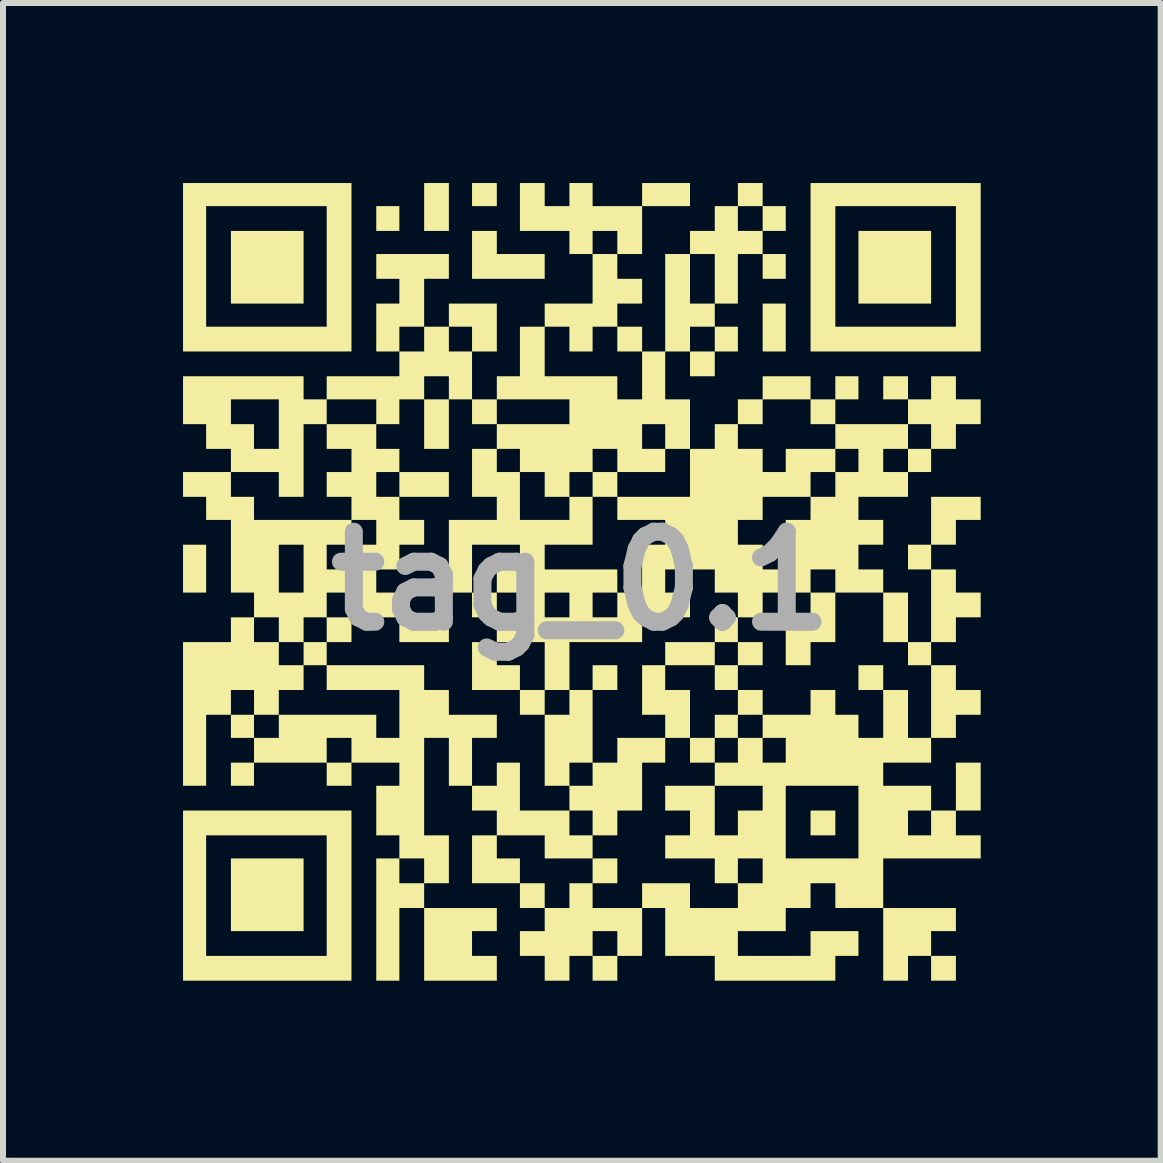
<source format=kicad_pcb>
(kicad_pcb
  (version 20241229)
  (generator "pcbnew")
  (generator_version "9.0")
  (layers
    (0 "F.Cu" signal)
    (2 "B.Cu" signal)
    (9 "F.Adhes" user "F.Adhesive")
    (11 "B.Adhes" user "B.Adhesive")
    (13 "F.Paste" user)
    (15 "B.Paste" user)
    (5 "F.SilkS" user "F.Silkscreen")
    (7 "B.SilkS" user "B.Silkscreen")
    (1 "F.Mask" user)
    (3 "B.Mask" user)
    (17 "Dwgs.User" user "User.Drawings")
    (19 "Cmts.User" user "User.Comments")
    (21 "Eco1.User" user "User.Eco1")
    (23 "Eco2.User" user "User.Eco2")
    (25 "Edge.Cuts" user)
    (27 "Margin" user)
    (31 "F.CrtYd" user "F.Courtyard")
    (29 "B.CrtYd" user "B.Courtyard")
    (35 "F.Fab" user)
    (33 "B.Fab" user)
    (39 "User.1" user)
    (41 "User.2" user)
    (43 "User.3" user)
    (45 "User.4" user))
  (footprint "tag_0.1"
    (layer "F.Cu")
    (at 6.632 6.632)
    (property "Reference" "tag_0.1" (at 0 0 0) (layer "F.Fab") (effects (font (size 1.5 1.5) (thickness 0.3))))
    (attr board_only exclude_from_pos_files exclude_from_bom)
    (fp_poly (pts (xy -6.247 -0.206) (xy -6.247 0.193) (xy -6.439 0.193) (xy -6.632 0.193) (xy -6.632 -0.206) (xy -6.632 -0.605) (xy -6.439 -0.605) (xy -6.247 -0.605)) (stroke (width 0) (type solid)) (fill yes) (layer "F.SilkS"))
    (fp_poly (pts (xy -4.623 -5.229) (xy -4.623 -4.623) (xy -5.229 -4.623) (xy -5.834 -4.623) (xy -5.834 -5.229) (xy -5.834 -5.834) (xy -5.229 -5.834) (xy -4.623 -5.834)) (stroke (width 0) (type solid)) (fill yes) (layer "F.SilkS"))
    (fp_poly (pts (xy -4.623 5.229) (xy -4.623 5.834) (xy -5.229 5.834) (xy -5.834 5.834) (xy -5.834 5.229) (xy -5.834 4.623) (xy -5.229 4.623) (xy -4.623 4.623)) (stroke (width 0) (type solid)) (fill yes) (layer "F.SilkS"))
    (fp_poly (pts (xy -3.027 -6.04) (xy -3.027 -5.834) (xy -3.22 -5.834) (xy -3.412 -5.834) (xy -3.412 -6.04) (xy -3.412 -6.247) (xy -3.22 -6.247) (xy -3.027 -6.247)) (stroke (width 0) (type solid)) (fill yes) (layer "F.SilkS"))
    (fp_poly (pts (xy -2.202 -6.233) (xy -2.202 -5.834) (xy -2.408 -5.834) (xy -2.614 -5.834) (xy -2.614 -6.233) (xy -2.614 -6.632) (xy -2.408 -6.632) (xy -2.202 -6.632)) (stroke (width 0) (type solid)) (fill yes) (layer "F.SilkS"))
    (fp_poly (pts (xy -2.202 -2.614) (xy -2.202 -2.202) (xy -2.408 -2.202) (xy -2.614 -2.202) (xy -2.614 -2.614) (xy -2.614 -3.027) (xy -2.408 -3.027) (xy -2.202 -3.027)) (stroke (width 0) (type solid)) (fill yes) (layer "F.SilkS"))
    (fp_poly (pts (xy -2.202 -1.61) (xy -2.202 -1.403) (xy -2.614 -1.403) (xy -3.027 -1.403) (xy -3.027 -1.61) (xy -3.027 -1.816) (xy -2.614 -1.816) (xy -2.202 -1.816)) (stroke (width 0) (type solid)) (fill yes) (layer "F.SilkS"))
    (fp_poly (pts (xy -2.202 0.812) (xy -2.202 1.018) (xy -2.614 1.018) (xy -3.027 1.018) (xy -3.027 0.812) (xy -3.027 0.605) (xy -2.614 0.605) (xy -2.202 0.605)) (stroke (width 0) (type solid)) (fill yes) (layer "F.SilkS"))
    (fp_poly (pts (xy -1.403 -6.439) (xy -1.403 -6.247) (xy -1.61 -6.247) (xy -1.816 -6.247) (xy -1.816 -6.439) (xy -1.816 -6.632) (xy -1.61 -6.632) (xy -1.403 -6.632)) (stroke (width 0) (type solid)) (fill yes) (layer "F.SilkS"))
    (fp_poly (pts (xy -1.403 0.399) (xy -1.403 0.605) (xy -1.61 0.605) (xy -1.816 0.605) (xy -1.816 0.399) (xy -1.816 0.193) (xy -1.61 0.193) (xy -1.403 0.193)) (stroke (width 0) (type solid)) (fill yes) (layer "F.SilkS"))
    (fp_poly (pts (xy 0.605 -1.61) (xy 0.605 -1.403) (xy 0.399 -1.403) (xy 0.193 -1.403) (xy 0.193 -1.61) (xy 0.193 -1.816) (xy 0.399 -1.816) (xy 0.605 -1.816)) (stroke (width 0) (type solid)) (fill yes) (layer "F.SilkS"))
    (fp_poly (pts (xy 0.605 4.83) (xy 0.605 5.036) (xy 0.399 5.036) (xy 0.193 5.036) (xy 0.193 4.83) (xy 0.193 4.623) (xy 0.399 4.623) (xy 0.605 4.623)) (stroke (width 0) (type solid)) (fill yes) (layer "F.SilkS"))
    (fp_poly (pts (xy 3.412 -5.242) (xy 3.412 -5.036) (xy 3.22 -5.036) (xy 3.027 -5.036) (xy 3.027 -5.242) (xy 3.027 -5.449) (xy 3.22 -5.449) (xy 3.412 -5.449)) (stroke (width 0) (type solid)) (fill yes) (layer "F.SilkS"))
    (fp_poly (pts (xy 3.412 -4.224) (xy 3.412 -3.825) (xy 3.22 -3.825) (xy 3.027 -3.825) (xy 3.027 -4.224) (xy 3.027 -4.623) (xy 3.22 -4.623) (xy 3.412 -4.623)) (stroke (width 0) (type solid)) (fill yes) (layer "F.SilkS"))
    (fp_poly (pts (xy 4.238 4.032) (xy 4.238 4.238) (xy 4.032 4.238) (xy 3.825 4.238) (xy 3.825 4.032) (xy 3.825 3.825) (xy 4.032 3.825) (xy 4.238 3.825)) (stroke (width 0) (type solid)) (fill yes) (layer "F.SilkS"))
    (fp_poly (pts (xy 5.036 1.61) (xy 5.036 1.816) (xy 4.83 1.816) (xy 4.623 1.816) (xy 4.623 1.61) (xy 4.623 1.403) (xy 4.83 1.403) (xy 5.036 1.403)) (stroke (width 0) (type solid)) (fill yes) (layer "F.SilkS"))
    (fp_poly (pts (xy 5.834 -5.229) (xy 5.834 -4.623) (xy 5.229 -4.623) (xy 4.623 -4.623) (xy 4.623 -5.229) (xy 4.623 -5.834) (xy 5.229 -5.834) (xy 5.834 -5.834)) (stroke (width 0) (type solid)) (fill yes) (layer "F.SilkS"))
    (fp_poly (pts (xy 6.247 6.453) (xy 6.247 6.66) (xy 6.04 6.66) (xy 5.834 6.66) (xy 5.834 6.453) (xy 5.834 6.247) (xy 6.04 6.247) (xy 6.247 6.247)) (stroke (width 0) (type solid)) (fill yes) (layer "F.SilkS"))
    (fp_poly (pts (xy -1.403 -5.641) (xy -1.403 -5.449) (xy -1.004 -5.449) (xy -0.605 -5.449) (xy -0.605 -5.242) (xy -0.605 -5.036) (xy -1.211 -5.036) (xy -1.816 -5.036) (xy -1.816 -5.435) (xy -1.816 -5.834) (xy -1.61 -5.834) (xy -1.403 -5.834)) (stroke (width 0) (type solid)) (fill yes) (layer "F.SilkS"))
    (fp_poly (pts (xy -1.403 1.211) (xy -1.403 1.403) (xy -1.211 1.403) (xy -1.018 1.403) (xy -1.018 1.61) (xy -1.018 1.816) (xy -1.417 1.816) (xy -1.816 1.816) (xy -1.816 1.417) (xy -1.816 1.018) (xy -1.61 1.018) (xy -1.403 1.018)) (stroke (width 0) (type solid)) (fill yes) (layer "F.SilkS"))
    (fp_poly (pts (xy -3.825 0.812) (xy -3.825 1.018) (xy -4.032 1.018) (xy -4.238 1.018) (xy -4.238 1.211) (xy -4.238 1.403) (xy -4.431 1.403) (xy -4.623 1.403) (xy -4.623 1.211) (xy -4.623 1.018) (xy -4.431 1.018) (xy -4.238 1.018) (xy -4.238 0.812) (xy -4.238 0.605) (xy -4.032 0.605) (xy -3.825 0.605)) (stroke (width 0) (type solid)) (fill yes) (layer "F.SilkS"))
    (fp_poly (pts (xy -1.403 5.641) (xy -1.403 5.834) (xy -1.61 5.834) (xy -1.816 5.834) (xy -1.816 6.04) (xy -1.816 6.247) (xy -1.61 6.247) (xy -1.403 6.247) (xy -1.403 6.453) (xy -1.403 6.66) (xy -2.009 6.66) (xy -2.614 6.66) (xy -2.614 6.054) (xy -2.614 5.449) (xy -2.009 5.449) (xy -1.403 5.449)) (stroke (width 0) (type solid)) (fill yes) (layer "F.SilkS"))
    (fp_poly (pts (xy 3.027 1.211) (xy 3.027 1.403) (xy 2.821 1.403) (xy 2.614 1.403) (xy 2.614 1.61) (xy 2.614 1.816) (xy 2.422 1.816) (xy 2.229 1.816) (xy 2.229 1.61) (xy 2.229 1.403) (xy 2.422 1.403) (xy 2.614 1.403) (xy 2.614 1.211) (xy 2.614 1.018) (xy 2.821 1.018) (xy 3.027 1.018)) (stroke (width 0) (type solid)) (fill yes) (layer "F.SilkS"))
    (fp_poly (pts (xy 4.238 0.605) (xy 4.238 1.018) (xy 4.032 1.018) (xy 3.825 1.018) (xy 3.825 1.211) (xy 3.825 1.403) (xy 3.619 1.403) (xy 3.412 1.403) (xy 3.412 1.004) (xy 3.412 0.605) (xy 3.619 0.605) (xy 3.825 0.605) (xy 3.825 0.399) (xy 3.825 0.193) (xy 4.032 0.193) (xy 4.238 0.193)) (stroke (width 0) (type solid)) (fill yes) (layer "F.SilkS"))
    (fp_poly (pts (xy 6.247 5.641) (xy 6.247 5.834) (xy 6.04 5.834) (xy 5.834 5.834) (xy 5.834 6.04) (xy 5.834 6.247) (xy 5.641 6.247) (xy 5.449 6.247) (xy 5.449 6.453) (xy 5.449 6.66) (xy 5.242 6.66) (xy 5.036 6.66) (xy 5.036 6.054) (xy 5.036 5.449) (xy 5.641 5.449) (xy 6.247 5.449)) (stroke (width 0) (type solid)) (fill yes) (layer "F.SilkS"))
    (fp_poly (pts (xy -3.825 -5.229) (xy -3.825 -3.825) (xy -5.229 -3.825) (xy -6.632 -3.825) (xy -6.632 -5.229) (xy -6.632 -6.247) (xy -6.247 -6.247) (xy -6.247 -5.242) (xy -6.247 -4.238) (xy -5.242 -4.238) (xy -4.238 -4.238) (xy -4.238 -5.242) (xy -4.238 -6.247) (xy -5.242 -6.247) (xy -6.247 -6.247) (xy -6.632 -6.247) (xy -6.632 -6.632) (xy -5.229 -6.632) (xy -3.825 -6.632)) (stroke (width 0) (type solid)) (fill yes) (layer "F.SilkS"))
    (fp_poly (pts (xy -3.825 5.242) (xy -3.825 6.66) (xy -5.229 6.66) (xy -6.632 6.66) (xy -6.632 5.242) (xy -6.632 4.238) (xy -6.247 4.238) (xy -6.247 5.242) (xy -6.247 6.247) (xy -5.242 6.247) (xy -4.238 6.247) (xy -4.238 5.242) (xy -4.238 4.238) (xy -5.242 4.238) (xy -6.247 4.238) (xy -6.632 4.238) (xy -6.632 3.825) (xy -5.229 3.825) (xy -3.825 3.825)) (stroke (width 0) (type solid)) (fill yes) (layer "F.SilkS"))
    (fp_poly (pts (xy 6.66 -5.229) (xy 6.66 -3.825) (xy 5.242 -3.825) (xy 3.825 -3.825) (xy 3.825 -5.229) (xy 3.825 -6.247) (xy 4.238 -6.247) (xy 4.238 -5.242) (xy 4.238 -4.238) (xy 5.242 -4.238) (xy 6.247 -4.238) (xy 6.247 -5.242) (xy 6.247 -6.247) (xy 5.242 -6.247) (xy 4.238 -6.247) (xy 3.825 -6.247) (xy 3.825 -6.632) (xy 5.242 -6.632) (xy 6.66 -6.632)) (stroke (width 0) (type solid)) (fill yes) (layer "F.SilkS"))
    (fp_poly (pts (xy 6.66 -1.211) (xy 6.66 -1.018) (xy 6.453 -1.018) (xy 6.247 -1.018) (xy 6.247 -0.812) (xy 6.247 -0.605) (xy 6.04 -0.605) (xy 5.834 -0.605) (xy 5.834 -0.399) (xy 5.834 -0.193) (xy 5.641 -0.193) (xy 5.449 -0.193) (xy 5.449 -0.399) (xy 5.449 -0.605) (xy 5.641 -0.605) (xy 5.834 -0.605) (xy 5.834 -1.004) (xy 5.834 -1.403) (xy 6.247 -1.403) (xy 6.66 -1.403)) (stroke (width 0) (type solid)) (fill yes) (layer "F.SilkS"))
    (fp_poly (pts (xy 6.247 0) (xy 6.247 0.193) (xy 6.453 0.193) (xy 6.66 0.193) (xy 6.66 0.399) (xy 6.66 0.605) (xy 6.453 0.605) (xy 6.247 0.605) (xy 6.247 0.812) (xy 6.247 1.018) (xy 6.04 1.018) (xy 5.834 1.018) (xy 5.834 1.211) (xy 5.834 1.403) (xy 5.641 1.403) (xy 5.449 1.403) (xy 5.449 1.211) (xy 5.449 1.018) (xy 5.242 1.018) (xy 5.036 1.018) (xy 5.036 0.605) (xy 5.036 0.193) (xy 5.242 0.193) (xy 5.449 0.193) (xy 5.449 0.605) (xy 5.449 1.018) (xy 5.641 1.018) (xy 5.834 1.018) (xy 5.834 0.413) (xy 5.834 -0.193) (xy 6.04 -0.193) (xy 6.247 -0.193)) (stroke (width 0) (type solid)) (fill yes) (layer "F.SilkS"))
    (fp_poly (pts (xy 2.614 0.812) (xy 2.614 1.018) (xy 2.422 1.018) (xy 2.229 1.018) (xy 2.229 1.211) (xy 2.229 1.403) (xy 1.816 1.403) (xy 1.403 1.403) (xy 1.403 1.61) (xy 1.403 1.816) (xy 1.61 1.816) (xy 1.816 1.816) (xy 1.816 2.215) (xy 1.816 2.614) (xy 2.023 2.614) (xy 2.229 2.614) (xy 2.229 2.422) (xy 2.229 2.229) (xy 2.422 2.229) (xy 2.614 2.229) (xy 2.614 2.023) (xy 2.614 1.816) (xy 2.821 1.816) (xy 3.027 1.816) (xy 3.027 2.023) (xy 3.027 2.229) (xy 2.821 2.229) (xy 2.614 2.229) (xy 2.614 2.422) (xy 2.614 2.614) (xy 2.422 2.614) (xy 2.229 2.614) (xy 2.229 2.821) (xy 2.229 3.027) (xy 2.023 3.027) (xy 1.816 3.027) (xy 1.816 2.821) (xy 1.816 2.614) (xy 1.61 2.614) (xy 1.403 2.614) (xy 1.403 2.821) (xy 1.403 3.027) (xy 1.211 3.027) (xy 1.018 3.027) (xy 1.018 3.426) (xy 1.018 3.825) (xy 0.812 3.825) (xy 0.605 3.825) (xy 0.605 4.032) (xy 0.605 4.238) (xy 0.399 4.238) (xy 0.193 4.238) (xy 0.193 4.032) (xy 0.193 3.825) (xy 0 3.825) (xy -0.193 3.825) (xy -0.193 3.619) (xy -0.193 3.412) (xy -0.399 3.412) (xy -0.605 3.412) (xy -0.605 3.027) (xy -0.193 3.027) (xy -0.193 3.22) (xy -0.193 3.412) (xy 0 3.412) (xy 0.193 3.412) (xy 0.193 3.22) (xy 0.193 3.027) (xy 0 3.027) (xy -0.193 3.027) (xy -0.605 3.027) (xy -0.605 2.821) (xy -0.605 2.229) (xy -0.812 2.229) (xy -1.018 2.229) (xy -1.018 2.023) (xy -1.018 1.816) (xy -0.812 1.816) (xy -0.605 1.816) (xy -0.605 2.023) (xy -0.605 2.229) (xy -0.399 2.229) (xy -0.193 2.229) (xy -0.193 2.023) (xy -0.193 1.816) (xy 0 1.816) (xy 0.193 1.816) (xy 0.193 1.61) (xy 0.193 1.403) (xy 0.399 1.403) (xy 0.605 1.403) (xy 0.605 1.61) (xy 0.605 1.816) (xy 0.399 1.816) (xy 0.193 1.816) (xy 0.193 2.422) (xy 0.193 3.027) (xy 0.399 3.027) (xy 0.605 3.027) (xy 0.605 2.821) (xy 0.605 2.614) (xy 1.004 2.614) (xy 1.403 2.614) (xy 1.403 2.422) (xy 1.403 2.229) (xy 1.211 2.229) (xy 1.018 2.229) (xy 1.018 1.816) (xy 1.018 1.403) (xy 1.211 1.403) (xy 1.403 1.403) (xy 1.403 1.211) (xy 1.403 1.018) (xy 1.816 1.018) (xy 2.229 1.018) (xy 2.229 0.812) (xy 2.229 0.605) (xy 2.422 0.605) (xy 2.614 0.605)) (stroke (width 0) (type solid)) (fill yes) (layer "F.SilkS"))
    (fp_poly (pts (xy -2.614 1.61) (xy -2.614 1.816) (xy -2.408 1.816) (xy -2.202 1.816) (xy -2.202 2.023) (xy -2.202 2.229) (xy -1.802 2.229) (xy -1.403 2.229) (xy -1.403 2.422) (xy -1.403 2.614) (xy -1.61 2.614) (xy -1.816 2.614) (xy -1.816 3.013) (xy -1.816 3.412) (xy -1.61 3.412) (xy -1.403 3.412) (xy -1.403 3.22) (xy -1.403 3.027) (xy -1.211 3.027) (xy -1.018 3.027) (xy -1.018 3.426) (xy -1.018 3.825) (xy -0.605 3.825) (xy -0.193 3.825) (xy -0.193 4.032) (xy -0.193 4.238) (xy 0 4.238) (xy 0.193 4.238) (xy 0.193 4.431) (xy 0.193 4.623) (xy -0.206 4.623) (xy -0.605 4.623) (xy -0.605 4.431) (xy -0.605 4.238) (xy -1.004 4.238) (xy -1.403 4.238) (xy -1.403 4.431) (xy -1.403 4.623) (xy -1.211 4.623) (xy -1.018 4.623) (xy -1.018 4.83) (xy -1.018 5.036) (xy -1.417 5.036) (xy -1.816 5.036) (xy -1.816 4.637) (xy -1.816 4.238) (xy -1.61 4.238) (xy -1.403 4.238) (xy -1.403 4.032) (xy -1.403 3.825) (xy -1.61 3.825) (xy -1.816 3.825) (xy -1.816 3.619) (xy -1.816 3.412) (xy -2.009 3.412) (xy -2.202 3.412) (xy -2.202 3.013) (xy -2.202 2.614) (xy -2.408 2.614) (xy -2.614 2.614) (xy -2.614 3.426) (xy -2.614 4.238) (xy -2.408 4.238) (xy -2.202 4.238) (xy -2.202 4.637) (xy -2.202 5.036) (xy -2.408 5.036) (xy -2.614 5.036) (xy -2.614 5.242) (xy -2.614 5.449) (xy -2.821 5.449) (xy -3.027 5.449) (xy -3.027 6.054) (xy -3.027 6.66) (xy -3.22 6.66) (xy -3.412 6.66) (xy -3.412 5.641) (xy -3.412 4.623) (xy -3.22 4.623) (xy -3.027 4.623) (xy -3.027 4.83) (xy -3.027 5.036) (xy -2.821 5.036) (xy -2.614 5.036) (xy -2.614 4.83) (xy -2.614 4.623) (xy -2.821 4.623) (xy -3.027 4.623) (xy -3.027 4.431) (xy -3.027 4.238) (xy -3.22 4.238) (xy -3.412 4.238) (xy -3.412 3.825) (xy -3.412 3.412) (xy -3.22 3.412) (xy -3.027 3.412) (xy -3.027 3.22) (xy -3.027 3.027) (xy -3.426 3.027) (xy -3.825 3.027) (xy -3.825 3.22) (xy -3.825 3.412) (xy -4.032 3.412) (xy -4.238 3.412) (xy -4.238 3.22) (xy -4.238 3.027) (xy -4.843 3.027) (xy -5.449 3.027) (xy -5.449 3.22) (xy -5.449 3.412) (xy -5.641 3.412) (xy -5.834 3.412) (xy -5.834 3.22) (xy -5.834 3.027) (xy -5.641 3.027) (xy -5.449 3.027) (xy -5.449 2.821) (xy -5.449 2.614) (xy -5.641 2.614) (xy -5.834 2.614) (xy -5.834 2.422) (xy -5.834 2.229) (xy -5.641 2.229) (xy -5.449 2.229) (xy -5.449 2.422) (xy -5.449 2.614) (xy -5.242 2.614) (xy -5.036 2.614) (xy -4.238 2.614) (xy -4.238 2.821) (xy -4.238 3.027) (xy -4.032 3.027) (xy -3.825 3.027) (xy -3.825 2.821) (xy -3.825 2.614) (xy -4.032 2.614) (xy -4.238 2.614) (xy -5.036 2.614) (xy -5.036 2.422) (xy -5.036 2.229) (xy -4.224 2.229) (xy -3.412 2.229) (xy -3.412 2.422) (xy -3.412 2.614) (xy -3.22 2.614) (xy -3.027 2.614) (xy -3.027 2.215) (xy -3.027 1.816) (xy -3.633 1.816) (xy -4.238 1.816) (xy -4.238 1.61) (xy -4.238 1.403) (xy -3.426 1.403) (xy -2.614 1.403)) (stroke (width 0) (type solid)) (fill yes) (layer "F.SilkS"))
    (fp_poly (pts (xy 6.247 1.61) (xy 6.247 1.816) (xy 6.453 1.816) (xy 6.66 1.816) (xy 6.66 2.023) (xy 6.66 2.229) (xy 6.453 2.229) (xy 6.247 2.229) (xy 6.247 2.422) (xy 6.247 2.614) (xy 6.04 2.614) (xy 5.834 2.614) (xy 5.834 2.821) (xy 5.834 3.027) (xy 5.435 3.027) (xy 5.036 3.027) (xy 5.036 3.22) (xy 5.036 3.412) (xy 5.435 3.412) (xy 5.834 3.412) (xy 5.834 3.619) (xy 5.834 3.825) (xy 6.04 3.825) (xy 6.247 3.825) (xy 6.247 3.426) (xy 6.247 3.027) (xy 6.453 3.027) (xy 6.66 3.027) (xy 6.66 3.426) (xy 6.66 3.825) (xy 6.453 3.825) (xy 6.247 3.825) (xy 6.247 4.032) (xy 6.247 4.238) (xy 6.453 4.238) (xy 6.66 4.238) (xy 6.66 4.431) (xy 6.66 4.623) (xy 5.848 4.623) (xy 5.036 4.623) (xy 5.036 5.036) (xy 5.036 5.449) (xy 4.637 5.449) (xy 4.238 5.449) (xy 4.238 5.242) (xy 4.238 5.036) (xy 4.032 5.036) (xy 3.825 5.036) (xy 3.825 5.242) (xy 3.825 5.449) (xy 3.619 5.449) (xy 3.412 5.449) (xy 3.412 5.641) (xy 3.412 5.834) (xy 3.013 5.834) (xy 2.614 5.834) (xy 2.614 6.04) (xy 2.614 6.247) (xy 3.22 6.247) (xy 3.825 6.247) (xy 3.825 6.04) (xy 3.825 5.834) (xy 4.224 5.834) (xy 4.623 5.834) (xy 4.623 6.04) (xy 4.623 6.247) (xy 4.431 6.247) (xy 4.238 6.247) (xy 4.238 6.453) (xy 4.238 6.66) (xy 3.233 6.66) (xy 2.229 6.66) (xy 2.229 6.453) (xy 2.229 6.247) (xy 1.816 6.247) (xy 1.403 6.247) (xy 1.403 5.848) (xy 1.403 5.449) (xy 1.211 5.449) (xy 1.018 5.449) (xy 1.018 5.848) (xy 1.018 6.247) (xy 0.812 6.247) (xy 0.605 6.247) (xy 0.605 6.453) (xy 0.605 6.66) (xy 0.399 6.66) (xy 0.193 6.66) (xy 0.193 6.453) (xy 0.193 6.247) (xy 0 6.247) (xy -0.193 6.247) (xy -0.193 6.453) (xy -0.193 6.66) (xy -0.399 6.66) (xy -0.605 6.66) (xy -0.605 6.453) (xy -0.605 6.247) (xy -0.812 6.247) (xy -1.018 6.247) (xy -1.018 6.04) (xy -1.018 5.834) (xy -0.812 5.834) (xy -0.605 5.834) (xy 0.193 5.834) (xy 0.193 6.04) (xy 0.193 6.247) (xy 0.399 6.247) (xy 0.605 6.247) (xy 0.605 6.04) (xy 0.605 5.834) (xy 0.399 5.834) (xy 0.193 5.834) (xy -0.605 5.834) (xy -0.605 5.641) (xy -0.605 5.449) (xy -0.812 5.449) (xy -1.018 5.449) (xy -1.018 5.242) (xy -1.018 5.036) (xy -0.812 5.036) (xy -0.605 5.036) (xy -0.605 5.242) (xy -0.605 5.449) (xy -0.399 5.449) (xy -0.193 5.449) (xy -0.193 5.242) (xy -0.193 5.036) (xy 0 5.036) (xy 0.193 5.036) (xy 0.193 5.242) (xy 0.193 5.449) (xy 0.605 5.449) (xy 1.018 5.449) (xy 1.018 5.242) (xy 1.018 5.036) (xy 1.417 5.036) (xy 1.816 5.036) (xy 1.816 5.242) (xy 1.816 5.449) (xy 2.215 5.449) (xy 2.614 5.449) (xy 2.614 5.242) (xy 2.614 5.036) (xy 2.821 5.036) (xy 3.027 5.036) (xy 3.027 4.83) (xy 3.027 4.623) (xy 2.821 4.623) (xy 2.614 4.623) (xy 2.614 4.83) (xy 2.614 5.036) (xy 2.422 5.036) (xy 2.229 5.036) (xy 2.229 4.83) (xy 2.229 4.623) (xy 1.816 4.623) (xy 1.403 4.623) (xy 1.403 4.431) (xy 1.403 4.238) (xy 1.61 4.238) (xy 1.816 4.238) (xy 1.816 4.032) (xy 1.816 3.825) (xy 1.61 3.825) (xy 1.403 3.825) (xy 1.403 3.619) (xy 1.403 3.412) (xy 1.816 3.412) (xy 2.229 3.412) (xy 2.229 3.825) (xy 2.229 4.238) (xy 2.422 4.238) (xy 2.614 4.238) (xy 2.614 4.032) (xy 2.614 3.825) (xy 2.821 3.825) (xy 3.027 3.825) (xy 3.027 3.619) (xy 3.027 3.412) (xy 3.412 3.412) (xy 3.412 4.018) (xy 3.412 4.623) (xy 4.018 4.623) (xy 4.623 4.623) (xy 4.623 4.018) (xy 4.623 3.825) (xy 5.449 3.825) (xy 5.449 4.032) (xy 5.449 4.238) (xy 5.641 4.238) (xy 5.834 4.238) (xy 5.834 4.032) (xy 5.834 3.825) (xy 5.641 3.825) (xy 5.449 3.825) (xy 4.623 3.825) (xy 4.623 3.412) (xy 4.018 3.412) (xy 3.412 3.412) (xy 3.027 3.412) (xy 2.628 3.412) (xy 2.229 3.412) (xy 2.229 3.22) (xy 2.229 3.027) (xy 2.422 3.027) (xy 2.614 3.027) (xy 2.614 2.821) (xy 2.614 2.614) (xy 2.821 2.614) (xy 3.027 2.614) (xy 3.027 2.821) (xy 3.027 3.027) (xy 3.22 3.027) (xy 3.412 3.027) (xy 3.412 2.821) (xy 3.412 2.614) (xy 3.22 2.614) (xy 3.027 2.614) (xy 3.027 2.422) (xy 3.027 2.229) (xy 3.426 2.229) (xy 3.825 2.229) (xy 3.825 2.023) (xy 3.825 1.816) (xy 4.032 1.816) (xy 4.238 1.816) (xy 4.238 2.023) (xy 4.238 2.229) (xy 4.431 2.229) (xy 4.623 2.229) (xy 4.623 2.422) (xy 4.623 2.614) (xy 4.83 2.614) (xy 5.036 2.614) (xy 5.036 2.215) (xy 5.036 1.816) (xy 5.242 1.816) (xy 5.449 1.816) (xy 5.449 2.215) (xy 5.449 2.614) (xy 5.641 2.614) (xy 5.834 2.614) (xy 5.834 2.009) (xy 5.834 1.403) (xy 6.04 1.403) (xy 6.247 1.403)) (stroke (width 0) (type solid)) (fill yes) (layer "F.SilkS"))
    (fp_poly (pts (xy -0.605 -6.439) (xy -0.605 -6.247) (xy -0.399 -6.247) (xy -0.193 -6.247) (xy -0.193 -6.439) (xy -0.193 -6.632) (xy 0 -6.632) (xy 0.193 -6.632) (xy 0.193 -6.439) (xy 0.193 -6.247) (xy 0.605 -6.247) (xy 1.018 -6.247) (xy 1.018 -6.439) (xy 1.018 -6.632) (xy 1.417 -6.632) (xy 1.816 -6.632) (xy 1.816 -6.439) (xy 1.816 -6.247) (xy 1.417 -6.247) (xy 1.018 -6.247) (xy 1.018 -5.848) (xy 1.018 -5.449) (xy 0.812 -5.449) (xy 0.605 -5.449) (xy 0.605 -5.242) (xy 0.605 -5.036) (xy 0.812 -5.036) (xy 1.018 -5.036) (xy 1.018 -4.83) (xy 1.018 -4.623) (xy 0.812 -4.623) (xy 0.605 -4.623) (xy 0.605 -4.431) (xy 0.605 -4.238) (xy 0.399 -4.238) (xy 0.193 -4.238) (xy 0.193 -4.032) (xy 0.193 -3.825) (xy 0 -3.825) (xy -0.193 -3.825) (xy -0.193 -4.032) (xy -0.193 -4.238) (xy -0.399 -4.238) (xy -0.605 -4.238) (xy -0.605 -3.825) (xy -0.605 -3.412) (xy 0 -3.412) (xy 0.605 -3.412) (xy 0.605 -3.22) (xy 0.605 -3.027) (xy 0.812 -3.027) (xy 1.018 -3.027) (xy 1.018 -3.426) (xy 1.018 -3.825) (xy 0.812 -3.825) (xy 0.605 -3.825) (xy 0.605 -4.032) (xy 0.605 -4.238) (xy 0.812 -4.238) (xy 1.018 -4.238) (xy 1.018 -4.032) (xy 1.018 -3.825) (xy 1.211 -3.825) (xy 1.403 -3.825) (xy 1.403 -4.637) (xy 1.403 -5.449) (xy 1.61 -5.449) (xy 1.816 -5.449) (xy 1.816 -5.036) (xy 1.816 -4.623) (xy 2.023 -4.623) (xy 2.229 -4.623) (xy 2.229 -5.036) (xy 2.229 -5.449) (xy 2.023 -5.449) (xy 1.816 -5.449) (xy 1.816 -5.641) (xy 1.816 -5.834) (xy 2.023 -5.834) (xy 2.229 -5.834) (xy 2.229 -6.04) (xy 2.229 -6.247) (xy 2.422 -6.247) (xy 2.614 -6.247) (xy 2.614 -6.439) (xy 2.614 -6.632) (xy 2.821 -6.632) (xy 3.027 -6.632) (xy 3.027 -6.439) (xy 3.027 -6.247) (xy 2.821 -6.247) (xy 2.614 -6.247) (xy 2.614 -6.04) (xy 2.614 -5.834) (xy 2.821 -5.834) (xy 3.027 -5.834) (xy 3.027 -6.04) (xy 3.027 -6.247) (xy 3.22 -6.247) (xy 3.412 -6.247) (xy 3.412 -6.04) (xy 3.412 -5.834) (xy 3.22 -5.834) (xy 3.027 -5.834) (xy 3.027 -5.641) (xy 3.027 -5.449) (xy 2.821 -5.449) (xy 2.614 -5.449) (xy 2.614 -5.036) (xy 2.614 -4.623) (xy 2.422 -4.623) (xy 2.229 -4.623) (xy 2.229 -4.431) (xy 2.229 -4.238) (xy 2.023 -4.238) (xy 1.816 -4.238) (xy 1.816 -4.032) (xy 1.816 -3.825) (xy 2.023 -3.825) (xy 2.229 -3.825) (xy 2.229 -4.032) (xy 2.229 -4.238) (xy 2.422 -4.238) (xy 2.614 -4.238) (xy 2.614 -4.032) (xy 2.614 -3.825) (xy 2.422 -3.825) (xy 2.229 -3.825) (xy 2.229 -3.619) (xy 2.229 -3.412) (xy 2.023 -3.412) (xy 1.816 -3.412) (xy 1.816 -3.619) (xy 1.816 -3.825) (xy 1.61 -3.825) (xy 1.403 -3.825) (xy 1.403 -3.426) (xy 1.403 -3.027) (xy 1.61 -3.027) (xy 1.816 -3.027) (xy 1.816 -2.614) (xy 1.816 -2.202) (xy 2.023 -2.202) (xy 2.229 -2.202) (xy 2.614 -2.202) (xy 2.821 -2.202) (xy 3.027 -2.202) (xy 3.027 -2.009) (xy 3.027 -1.816) (xy 3.22 -1.816) (xy 3.412 -1.816) (xy 3.412 -2.009) (xy 3.412 -2.202) (xy 3.825 -2.202) (xy 4.238 -2.202) (xy 4.238 -2.408) (xy 4.238 -2.614) (xy 4.032 -2.614) (xy 3.825 -2.614) (xy 3.825 -2.821) (xy 3.825 -3.027) (xy 3.426 -3.027) (xy 3.027 -3.027) (xy 3.027 -2.821) (xy 3.027 -2.614) (xy 2.821 -2.614) (xy 2.614 -2.614) (xy 2.614 -2.408) (xy 2.614 -2.202) (xy 2.229 -2.202) (xy 2.229 -2.408) (xy 2.229 -2.614) (xy 2.422 -2.614) (xy 2.614 -2.614) (xy 2.614 -2.821) (xy 2.614 -3.027) (xy 2.821 -3.027) (xy 3.027 -3.027) (xy 3.027 -3.22) (xy 3.027 -3.412) (xy 3.426 -3.412) (xy 3.825 -3.412) (xy 3.825 -3.22) (xy 3.825 -3.027) (xy 4.032 -3.027) (xy 4.238 -3.027) (xy 4.238 -3.22) (xy 4.238 -3.412) (xy 4.431 -3.412) (xy 4.623 -3.412) (xy 4.623 -3.22) (xy 4.623 -3.027) (xy 4.431 -3.027) (xy 4.238 -3.027) (xy 4.238 -2.821) (xy 4.238 -2.614) (xy 4.843 -2.614) (xy 5.449 -2.614) (xy 5.449 -2.821) (xy 5.449 -3.027) (xy 5.242 -3.027) (xy 5.036 -3.027) (xy 5.036 -3.22) (xy 5.036 -3.412) (xy 5.242 -3.412) (xy 5.449 -3.412) (xy 5.449 -3.22) (xy 5.449 -3.027) (xy 5.641 -3.027) (xy 5.834 -3.027) (xy 5.834 -3.22) (xy 5.834 -3.412) (xy 6.04 -3.412) (xy 6.247 -3.412) (xy 6.247 -3.22) (xy 6.247 -3.027) (xy 6.453 -3.027) (xy 6.66 -3.027) (xy 6.66 -2.821) (xy 6.66 -2.614) (xy 6.453 -2.614) (xy 6.247 -2.614) (xy 6.247 -2.408) (xy 6.247 -2.202) (xy 6.04 -2.202) (xy 5.834 -2.202) (xy 5.834 -2.009) (xy 5.834 -1.816) (xy 5.641 -1.816) (xy 5.449 -1.816) (xy 5.449 -1.61) (xy 5.449 -1.403) (xy 5.036 -1.403) (xy 4.623 -1.403) (xy 4.623 -1.211) (xy 4.623 -1.018) (xy 4.83 -1.018) (xy 5.036 -1.018) (xy 5.036 -0.812) (xy 5.036 -0.605) (xy 4.83 -0.605) (xy 4.623 -0.605) (xy 4.623 -0.399) (xy 4.623 -0.193) (xy 4.83 -0.193) (xy 5.036 -0.193) (xy 5.036 0) (xy 5.036 0.193) (xy 4.637 0.193) (xy 4.238 0.193) (xy 4.238 0) (xy 4.238 -0.193) (xy 4.032 -0.193) (xy 3.825 -0.193) (xy 3.825 0) (xy 3.825 0.193) (xy 3.426 0.193) (xy 3.027 0.193) (xy 3.027 0.399) (xy 3.027 0.605) (xy 2.821 0.605) (xy 2.614 0.605) (xy 2.614 0.399) (xy 2.614 0.193) (xy 2.422 0.193) (xy 2.229 0.193) (xy 2.229 0) (xy 2.229 -0.193) (xy 1.816 -0.193) (xy 1.403 -0.193) (xy 1.403 0) (xy 1.403 0.193) (xy 1.61 0.193) (xy 1.816 0.193) (xy 1.816 0.399) (xy 1.816 0.605) (xy 1.417 0.605) (xy 1.018 0.605) (xy 1.018 0.812) (xy 1.018 1.018) (xy 0.413 1.018) (xy -0.193 1.018) (xy -0.193 1.417) (xy -0.193 1.816) (xy -0.399 1.816) (xy -0.605 1.816) (xy -0.605 1.417) (xy -0.605 1.018) (xy -1.004 1.018) (xy -1.403 1.018) (xy -1.403 0.812) (xy -1.403 0.605) (xy -1.211 0.605) (xy -1.018 0.605) (xy -1.018 0.399) (xy -1.018 0.193) (xy -0.605 0.193) (xy -0.605 0.399) (xy -0.605 0.605) (xy -0.399 0.605) (xy -0.193 0.605) (xy -0.193 0.399) (xy -0.193 0.193) (xy -0.399 0.193) (xy -0.605 0.193) (xy -1.018 0.193) (xy -1.211 0.193) (xy -1.403 0.193) (xy -1.403 0) (xy -1.403 -0.193) (xy -1.211 -0.193) (xy -1.018 -0.193) (xy -1.018 -0.399) (xy -1.018 -0.605) (xy -1.417 -0.605) (xy -1.816 -0.605) (xy -1.816 -0.206) (xy -1.816 0.193) (xy -2.009 0.193) (xy -2.202 0.193) (xy -2.202 -0.413) (xy -2.202 -1.018) (xy -1.802 -1.018) (xy -1.403 -1.018) (xy -1.018 -1.018) (xy -0.605 -1.018) (xy -0.193 -1.018) (xy -0.193 -1.211) (xy -0.193 -1.403) (xy 0 -1.403) (xy 0.193 -1.403) (xy 0.193 -1.004) (xy 0.193 -0.605) (xy -0.206 -0.605) (xy -0.605 -0.605) (xy -0.605 -0.399) (xy -0.605 -0.193) (xy 0 -0.193) (xy 0.605 -0.193) (xy 0.605 0) (xy 0.605 0.193) (xy 0.399 0.193) (xy 0.193 0.193) (xy 0.193 0.399) (xy 0.193 0.605) (xy 0.399 0.605) (xy 0.605 0.605) (xy 0.605 0.399) (xy 0.605 0.193) (xy 0.812 0.193) (xy 1.018 0.193) (xy 1.018 -0.206) (xy 1.018 -0.605) (xy 1.211 -0.605) (xy 1.403 -0.605) (xy 2.614 -0.605) (xy 2.821 -0.605) (xy 3.027 -0.605) (xy 3.027 -0.399) (xy 3.027 -0.193) (xy 3.22 -0.193) (xy 3.412 -0.193) (xy 3.412 -0.605) (xy 3.412 -1.018) (xy 3.619 -1.018) (xy 3.825 -1.018) (xy 3.825 -1.211) (xy 3.825 -1.403) (xy 4.032 -1.403) (xy 4.238 -1.403) (xy 4.238 -1.61) (xy 4.238 -1.816) (xy 4.431 -1.816) (xy 4.623 -1.816) (xy 5.036 -1.816) (xy 5.242 -1.816) (xy 5.449 -1.816) (xy 5.449 -2.009) (xy 5.449 -2.202) (xy 5.641 -2.202) (xy 5.834 -2.202) (xy 5.834 -2.408) (xy 5.834 -2.614) (xy 5.641 -2.614) (xy 5.449 -2.614) (xy 5.449 -2.408) (xy 5.449 -2.202) (xy 5.242 -2.202) (xy 5.036 -2.202) (xy 5.036 -2.009) (xy 5.036 -1.816) (xy 4.623 -1.816) (xy 4.623 -2.009) (xy 4.623 -2.202) (xy 4.431 -2.202) (xy 4.238 -2.202) (xy 4.238 -2.009) (xy 4.238 -1.816) (xy 4.032 -1.816) (xy 3.825 -1.816) (xy 3.825 -1.61) (xy 3.825 -1.403) (xy 3.426 -1.403) (xy 3.027 -1.403) (xy 3.027 -1.211) (xy 3.027 -1.018) (xy 2.821 -1.018) (xy 2.614 -1.018) (xy 2.614 -0.812) (xy 2.614 -0.605) (xy 1.403 -0.605) (xy 1.403 -0.812) (xy 1.403 -1.018) (xy 1.004 -1.018) (xy 0.605 -1.018) (xy 0.605 -1.211) (xy 0.605 -1.403) (xy 1.211 -1.403) (xy 1.816 -1.403) (xy 1.816 -1.802) (xy 1.816 -2.202) (xy 1.61 -2.202) (xy 1.403 -2.202) (xy 1.403 -2.009) (xy 1.403 -1.816) (xy 1.004 -1.816) (xy 0.605 -1.816) (xy 0.605 -2.009) (xy 0.605 -2.202) (xy 0.399 -2.202) (xy 0.193 -2.202) (xy 0.193 -2.009) (xy 0.193 -1.816) (xy 0 -1.816) (xy -0.193 -1.816) (xy -0.193 -1.61) (xy -0.193 -1.403) (xy -0.399 -1.403) (xy -0.605 -1.403) (xy -0.605 -1.61) (xy -0.605 -1.816) (xy -0.812 -1.816) (xy -1.018 -1.816) (xy -1.018 -1.417) (xy -1.018 -1.018) (xy -1.403 -1.018) (xy -1.403 -1.211) (xy -1.403 -1.403) (xy -1.61 -1.403) (xy -1.816 -1.403) (xy -1.816 -1.802) (xy -1.816 -2.202) (xy -1.61 -2.202) (xy -1.403 -2.202) (xy -1.403 -2.009) (xy -1.403 -1.816) (xy -1.211 -1.816) (xy -1.018 -1.816) (xy -1.018 -2.009) (xy -1.018 -2.202) (xy -1.211 -2.202) (xy -1.403 -2.202) (xy -1.403 -2.408) (xy -1.403 -2.614) (xy -0.798 -2.614) (xy -0.193 -2.614) (xy 1.018 -2.614) (xy 1.018 -2.408) (xy 1.018 -2.202) (xy 1.211 -2.202) (xy 1.403 -2.202) (xy 1.403 -2.408) (xy 1.403 -2.614) (xy 1.211 -2.614) (xy 1.018 -2.614) (xy -0.193 -2.614) (xy -0.193 -2.821) (xy -0.193 -3.027) (xy -0.798 -3.027) (xy -1.403 -3.027) (xy -1.403 -2.821) (xy -1.403 -2.614) (xy -1.61 -2.614) (xy -1.816 -2.614) (xy -1.816 -2.821) (xy -1.816 -3.027) (xy -2.009 -3.027) (xy -2.202 -3.027) (xy -2.202 -3.22) (xy -2.202 -3.412) (xy -2.408 -3.412) (xy -2.614 -3.412) (xy -2.614 -3.22) (xy -2.614 -3.027) (xy -2.821 -3.027) (xy -3.027 -3.027) (xy -3.027 -2.821) (xy -3.027 -2.614) (xy -3.22 -2.614) (xy -3.412 -2.614) (xy -3.412 -2.821) (xy -3.412 -3.027) (xy -3.825 -3.027) (xy -4.238 -3.027) (xy -4.238 -2.821) (xy -4.238 -2.614) (xy -4.431 -2.614) (xy -4.623 -2.614) (xy -4.623 -2.009) (xy -4.623 -1.403) (xy -4.83 -1.403) (xy -5.036 -1.403) (xy -5.036 -1.61) (xy -5.036 -1.816) (xy -5.435 -1.816) (xy -5.834 -1.816) (xy -5.834 -1.61) (xy -5.834 -1.403) (xy -5.641 -1.403) (xy -5.449 -1.403) (xy -5.449 -1.211) (xy -5.449 -1.018) (xy -4.637 -1.018) (xy -3.825 -1.018) (xy -3.825 -1.211) (xy -3.825 -1.403) (xy -4.032 -1.403) (xy -4.238 -1.403) (xy -4.238 -1.61) (xy -4.238 -1.816) (xy -4.032 -1.816) (xy -3.825 -1.816) (xy -3.825 -2.009) (xy -3.825 -2.202) (xy -4.032 -2.202) (xy -4.238 -2.202) (xy -4.238 -2.408) (xy -4.238 -2.614) (xy -3.825 -2.614) (xy -3.412 -2.614) (xy -3.412 -2.408) (xy -3.412 -2.202) (xy -3.22 -2.202) (xy -3.027 -2.202) (xy -3.027 -2.009) (xy -3.027 -1.816) (xy -3.22 -1.816) (xy -3.412 -1.816) (xy -3.412 -1.61) (xy -3.412 -1.403) (xy -3.22 -1.403) (xy -3.027 -1.403) (xy -3.027 -1.211) (xy -3.027 -1.018) (xy -2.821 -1.018) (xy -2.614 -1.018) (xy -2.614 -0.812) (xy -2.614 -0.605) (xy -2.821 -0.605) (xy -3.027 -0.605) (xy -3.027 -0.399) (xy -3.027 -0.193) (xy -3.22 -0.193) (xy -3.412 -0.193) (xy -3.412 0) (xy -3.412 0.193) (xy -3.22 0.193) (xy -3.027 0.193) (xy -3.027 0.399) (xy -3.027 0.605) (xy -3.426 0.605) (xy -3.825 0.605) (xy -3.825 0.399) (xy -3.825 0.193) (xy -4.032 0.193) (xy -4.238 0.193) (xy -4.238 0.399) (xy -4.238 0.605) (xy -4.431 0.605) (xy -4.623 0.605) (xy -4.623 0.812) (xy -4.623 1.018) (xy -4.83 1.018) (xy -5.036 1.018) (xy -5.036 0.812) (xy -5.036 0.605) (xy -5.242 0.605) (xy -5.449 0.605) (xy -5.449 0.812) (xy -5.449 1.018) (xy -5.242 1.018) (xy -5.036 1.018) (xy -5.036 1.211) (xy -5.036 1.403) (xy -4.83 1.403) (xy -4.623 1.403) (xy -4.623 1.61) (xy -4.623 1.816) (xy -4.83 1.816) (xy -5.036 1.816) (xy -5.036 2.023) (xy -5.036 2.229) (xy -5.242 2.229) (xy -5.449 2.229) (xy -5.449 2.023) (xy -5.449 1.816) (xy -5.641 1.816) (xy -5.834 1.816) (xy -5.834 2.023) (xy -5.834 2.229) (xy -6.04 2.229) (xy -6.247 2.229) (xy -6.247 2.821) (xy -6.247 3.412) (xy -6.439 3.412) (xy -6.632 3.412) (xy -6.632 2.215) (xy -6.632 1.018) (xy -6.233 1.018) (xy -5.834 1.018) (xy -5.834 0.812) (xy -5.834 0.605) (xy -5.641 0.605) (xy -5.449 0.605) (xy -5.449 0.399) (xy -5.449 0.193) (xy -5.641 0.193) (xy -5.834 0.193) (xy -5.834 -0.413) (xy -5.834 -0.605) (xy -5.036 -0.605) (xy -5.036 -0.206) (xy -5.036 0.193) (xy -4.83 0.193) (xy -4.623 0.193) (xy -4.623 -0.193) (xy -4.238 -0.193) (xy -4.032 -0.193) (xy -3.825 -0.193) (xy -3.825 -0.399) (xy -3.825 -0.605) (xy -3.619 -0.605) (xy -3.412 -0.605) (xy -3.412 -0.812) (xy -3.412 -1.018) (xy -3.619 -1.018) (xy -3.825 -1.018) (xy -3.825 -0.812) (xy -3.825 -0.605) (xy -4.032 -0.605) (xy -4.238 -0.605) (xy -4.238 -0.399) (xy -4.238 -0.193) (xy -4.623 -0.193) (xy -4.623 -0.206) (xy -4.623 -0.605) (xy -4.83 -0.605) (xy -5.036 -0.605) (xy -5.834 -0.605) (xy -5.834 -1.018) (xy -6.04 -1.018) (xy -6.247 -1.018) (xy -6.247 -1.211) (xy -6.247 -1.403) (xy -6.439 -1.403) (xy -6.632 -1.403) (xy -6.632 -1.61) (xy -6.632 -1.816) (xy -6.233 -1.816) (xy -5.834 -1.816) (xy -5.834 -2.009) (xy -5.834 -2.202) (xy -6.04 -2.202) (xy -6.247 -2.202) (xy -6.247 -2.408) (xy -6.247 -2.614) (xy -6.439 -2.614) (xy -6.632 -2.614) (xy -6.632 -3.013) (xy -6.632 -3.027) (xy -5.834 -3.027) (xy -5.834 -2.821) (xy -5.834 -2.614) (xy -5.641 -2.614) (xy -5.449 -2.614) (xy -5.449 -2.408) (xy -5.449 -2.202) (xy -5.242 -2.202) (xy -5.036 -2.202) (xy -5.036 -2.614) (xy -5.036 -3.027) (xy -5.435 -3.027) (xy -5.834 -3.027) (xy -6.632 -3.027) (xy -6.632 -3.412) (xy -5.628 -3.412) (xy -4.623 -3.412) (xy -4.623 -3.22) (xy -4.623 -3.027) (xy -4.431 -3.027) (xy -4.238 -3.027) (xy -4.238 -3.22) (xy -4.238 -3.412) (xy -3.633 -3.412) (xy -3.027 -3.412) (xy -3.027 -3.619) (xy -3.027 -3.825) (xy -3.22 -3.825) (xy -3.412 -3.825) (xy -3.412 -4.224) (xy -3.412 -4.238) (xy -3.027 -4.238) (xy -3.027 -4.032) (xy -3.027 -3.825) (xy -2.821 -3.825) (xy -2.614 -3.825) (xy -2.614 -4.032) (xy -2.614 -4.238) (xy -2.821 -4.238) (xy -3.027 -4.238) (xy -3.412 -4.238) (xy -3.412 -4.623) (xy -3.22 -4.623) (xy -3.027 -4.623) (xy -3.027 -4.83) (xy -3.027 -5.036) (xy -3.22 -5.036) (xy -3.412 -5.036) (xy -3.412 -5.242) (xy -3.412 -5.449) (xy -2.807 -5.449) (xy -2.202 -5.449) (xy -2.202 -5.242) (xy -2.202 -5.036) (xy -2.408 -5.036) (xy -2.614 -5.036) (xy -2.614 -4.637) (xy -2.614 -4.238) (xy -2.408 -4.238) (xy -2.202 -4.238) (xy -2.202 -4.032) (xy -2.202 -3.825) (xy -2.009 -3.825) (xy -1.816 -3.825) (xy -1.816 -4.032) (xy -1.816 -4.238) (xy -2.009 -4.238) (xy -2.202 -4.238) (xy -2.202 -4.431) (xy -2.202 -4.623) (xy -1.802 -4.623) (xy -1.403 -4.623) (xy -1.403 -4.224) (xy -1.403 -3.825) (xy -1.61 -3.825) (xy -1.816 -3.825) (xy -1.816 -3.426) (xy -1.816 -3.027) (xy -1.61 -3.027) (xy -1.403 -3.027) (xy -1.403 -3.22) (xy -1.403 -3.412) (xy -1.211 -3.412) (xy -1.018 -3.412) (xy -1.018 -3.825) (xy -1.018 -4.238) (xy -0.812 -4.238) (xy -0.605 -4.238) (xy -0.605 -4.431) (xy -0.605 -4.623) (xy -0.206 -4.623) (xy 0.193 -4.623) (xy 0.193 -5.036) (xy 0.193 -5.449) (xy 0 -5.449) (xy -0.193 -5.449) (xy -0.193 -5.641) (xy -0.193 -5.834) (xy 0.193 -5.834) (xy 0.193 -5.641) (xy 0.193 -5.449) (xy 0.399 -5.449) (xy 0.605 -5.449) (xy 0.605 -5.641) (xy 0.605 -5.834) (xy 0.399 -5.834) (xy 0.193 -5.834) (xy -0.193 -5.834) (xy -0.605 -5.834) (xy -1.018 -5.834) (xy -1.018 -6.233) (xy -1.018 -6.632) (xy -0.812 -6.632) (xy -0.605 -6.632)) (stroke (width 0) (type solid)) (fill yes) (layer "F.SilkS")))
  (gr_rect
    (start -3 -3)
    (end 16.292 16.292)
    (stroke (width 0.1) (type default))
    (fill no)
    (layer "Edge.Cuts")))
</source>
